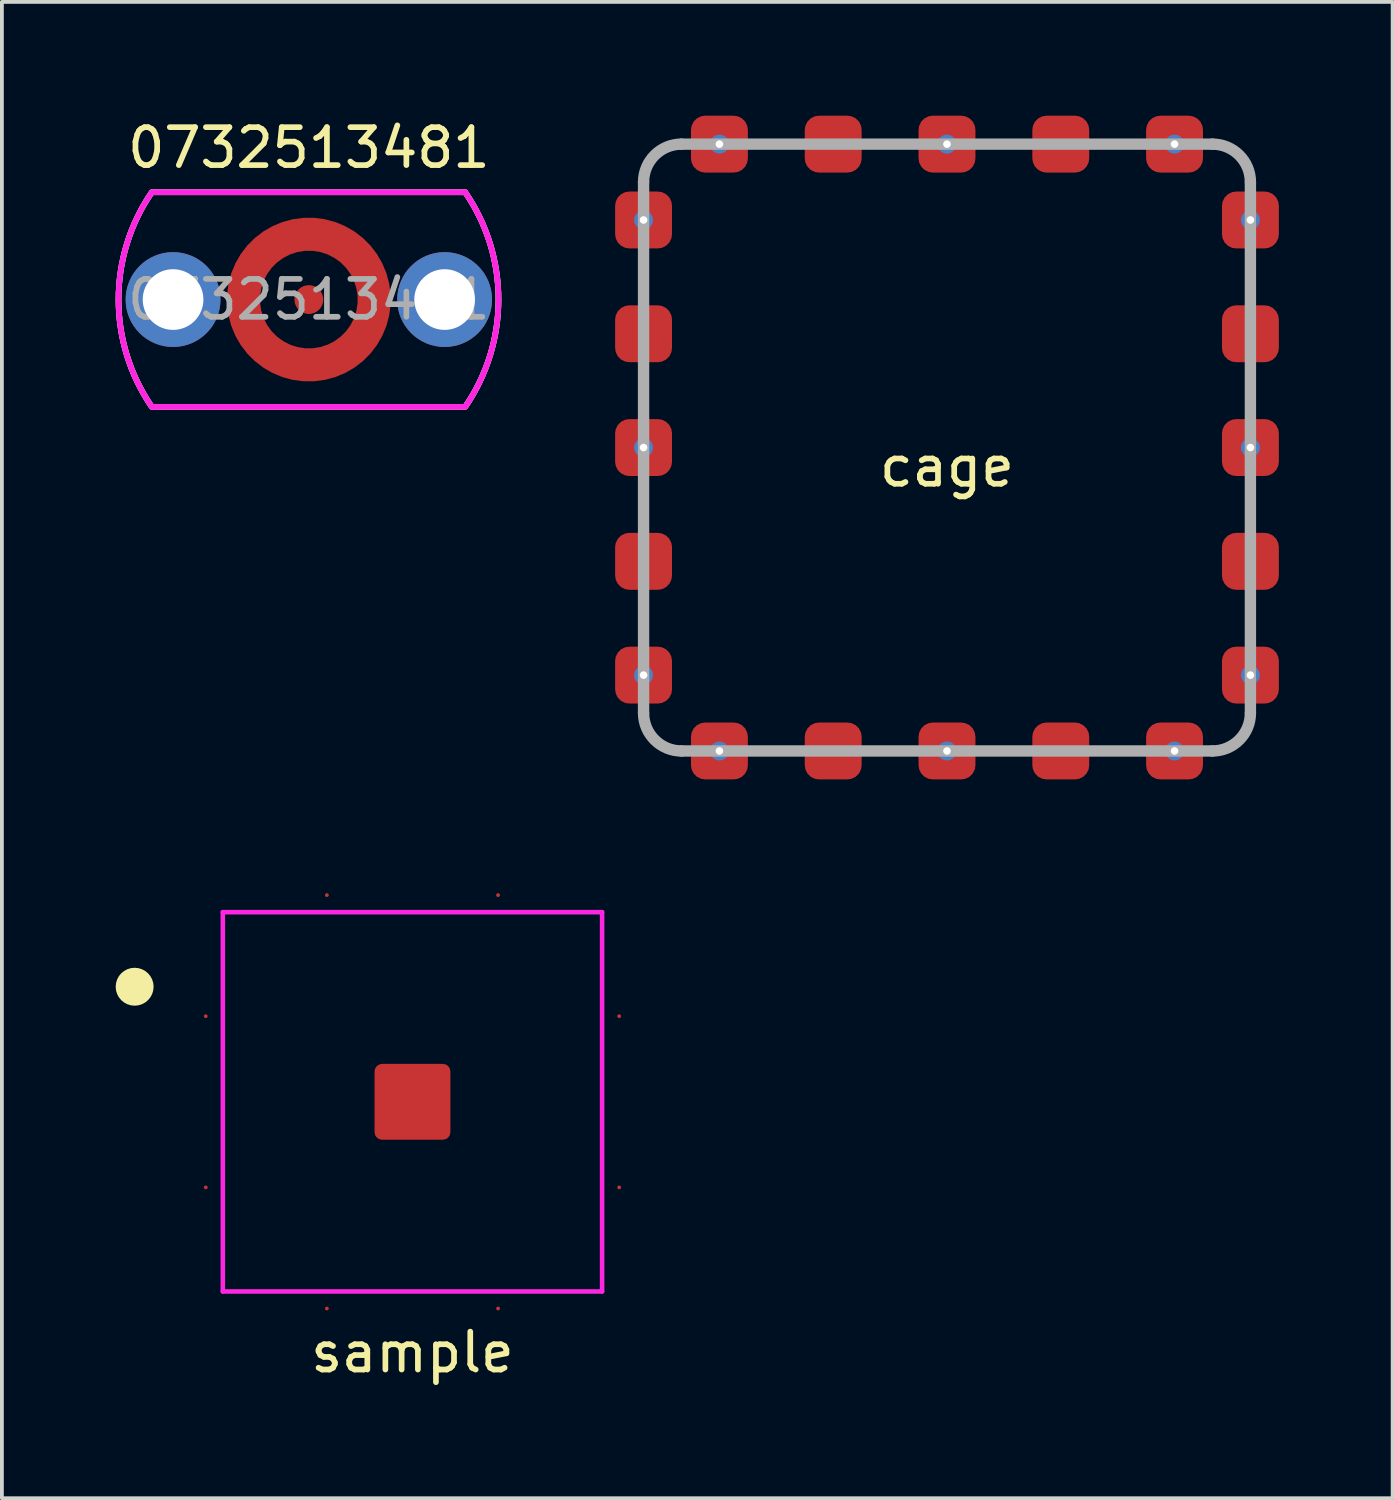
<source format=kicad_pcb>
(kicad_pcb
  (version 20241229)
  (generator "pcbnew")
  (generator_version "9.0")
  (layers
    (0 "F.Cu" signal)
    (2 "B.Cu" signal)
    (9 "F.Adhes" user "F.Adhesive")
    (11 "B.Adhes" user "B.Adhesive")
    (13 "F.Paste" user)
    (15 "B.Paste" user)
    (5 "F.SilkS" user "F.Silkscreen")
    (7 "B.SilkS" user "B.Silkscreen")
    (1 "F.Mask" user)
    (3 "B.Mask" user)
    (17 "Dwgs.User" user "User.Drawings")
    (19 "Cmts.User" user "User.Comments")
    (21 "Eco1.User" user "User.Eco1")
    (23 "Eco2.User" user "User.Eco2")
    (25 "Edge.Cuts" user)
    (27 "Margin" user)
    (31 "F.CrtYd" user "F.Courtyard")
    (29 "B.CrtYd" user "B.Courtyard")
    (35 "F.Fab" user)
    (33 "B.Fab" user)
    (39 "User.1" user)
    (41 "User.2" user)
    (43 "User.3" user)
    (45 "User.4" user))
  (footprint "sample"
    (layer "F.Cu")
    (at 7.825 26)
    (property "Reference" "sample" (at 0 6.604 0) (layer "F.SilkS") (effects (font (size 1 1) (thickness 0.15))))
    (attr through_hole)
    (fp_circle (center -7.325 -3.034) (end -7.075 -3.034) (stroke (width 0.5) (type solid)) (fill no) (layer "F.SilkS"))
    (fp_line (start -5 -5) (end 5 -5) (stroke (width 0.12) (type solid)) (layer "F.CrtYd"))
    (fp_line (start -5 5) (end -5 -5) (stroke (width 0.12) (type solid)) (layer "F.CrtYd"))
    (fp_line (start 5 -5) (end 5 5) (stroke (width 0.12) (type solid)) (layer "F.CrtYd"))
    (fp_line (start 5 5) (end -5 5) (stroke (width 0.12) (type solid)) (layer "F.CrtYd"))
    (pad "1" smd circle (at -5.45 -2.257) (size 0.1 0.1) (layers "F.Cu"))
    (pad "2" smd circle (at -5.45 2.257) (size 0.1 0.1) (layers "F.Cu"))
    (pad "3" smd circle (at -2.257 5.45) (size 0.1 0.1) (layers "F.Cu"))
    (pad "4" smd circle (at 2.257 5.45) (size 0.1 0.1) (layers "F.Cu"))
    (pad "5" smd circle (at 5.45 2.257) (size 0.1 0.1) (layers "F.Cu"))
    (pad "6" smd circle (at 5.45 -2.257) (size 0.1 0.1) (layers "F.Cu"))
    (pad "7" smd circle (at 2.257 -5.45) (size 0.1 0.1) (layers "F.Cu"))
    (pad "8" smd circle (at -2.257 -5.45) (size 0.1 0.1) (layers "F.Cu"))
    (pad "9" smd roundrect (at 0 0) (size 2 2) (layers "F.Cu" "F.Mask") (roundrect_rratio 0.1)))
  (footprint "cage"
    (layer "F.Cu")
    (at 21.918 8.75)
    (property "Reference" "cage" (at 0 0.5 0) (layer "F.SilkS") (effects (font (size 1 1) (thickness 0.15))))
    (attr through_hole)
    (fp_line (start -8 7) (end -8 -7) (stroke (width 0.3) (type solid)) (layer "F.Fab"))
    (fp_line (start -7 -8) (end 7 -8) (stroke (width 0.3) (type solid)) (layer "F.Fab"))
    (fp_line (start 7 8) (end -7 8) (stroke (width 0.3) (type solid)) (layer "F.Fab"))
    (fp_line (start 8 -7) (end 8 7) (stroke (width 0.3) (type solid)) (layer "F.Fab"))
    (fp_arc (start -8 -7) (mid -7.707107 -7.707107) (end -7 -8) (stroke (width 0.3) (type solid)) (layer "F.Fab"))
    (fp_arc (start -7 8) (mid -7.707107 7.707107) (end -8 7) (stroke (width 0.3) (type solid)) (layer "F.Fab"))
    (fp_arc (start 7 -8) (mid 7.707107 -7.707107) (end 8 -7) (stroke (width 0.3) (type solid)) (layer "F.Fab"))
    (fp_arc (start 8 7) (mid 7.707107 7.707107) (end 7 8) (stroke (width 0.3) (type solid)) (layer "F.Fab"))
    (pad "1" thru_hole circle (at -8 -6) (size 0.5 0.5) (drill 0.2) (layers "*.Cu" "*.Mask"))
    (pad "1" smd roundrect (at -8 -6) (size 1.5 1.5) (layers "F.Cu" "F.Mask" "F.Paste") (roundrect_rratio 0.25))
    (pad "1" smd roundrect (at -8 -3) (size 1.5 1.5) (layers "F.Cu" "F.Mask" "F.Paste") (roundrect_rratio 0.25))
    (pad "1" thru_hole circle (at -8 0) (size 0.5 0.5) (drill 0.2) (layers "*.Cu" "*.Mask"))
    (pad "1" smd roundrect (at -8 0) (size 1.5 1.5) (layers "F.Cu" "F.Mask" "F.Paste") (roundrect_rratio 0.25))
    (pad "1" smd roundrect (at -8 3) (size 1.5 1.5) (layers "F.Cu" "F.Mask" "F.Paste") (roundrect_rratio 0.25))
    (pad "1" thru_hole circle (at -8 6) (size 0.5 0.5) (drill 0.2) (layers "*.Cu" "*.Mask"))
    (pad "1" smd roundrect (at -8 6) (size 1.5 1.5) (layers "F.Cu" "F.Mask" "F.Paste") (roundrect_rratio 0.25))
    (pad "1" thru_hole circle (at -6 -8) (size 0.5 0.5) (drill 0.2) (layers "*.Cu" "*.Mask"))
    (pad "1" smd roundrect (at -6 -8) (size 1.5 1.5) (layers "F.Cu" "F.Mask" "F.Paste") (roundrect_rratio 0.25))
    (pad "1" thru_hole circle (at -6 8) (size 0.5 0.5) (drill 0.2) (layers "*.Cu" "*.Mask"))
    (pad "1" smd roundrect (at -6 8) (size 1.5 1.5) (layers "F.Cu" "F.Mask" "F.Paste") (roundrect_rratio 0.25))
    (pad "1" smd roundrect (at -3 -8) (size 1.5 1.5) (layers "F.Cu" "F.Mask" "F.Paste") (roundrect_rratio 0.25))
    (pad "1" smd roundrect (at -3 8) (size 1.5 1.5) (layers "F.Cu" "F.Mask" "F.Paste") (roundrect_rratio 0.25))
    (pad "1" thru_hole circle (at 0 -8) (size 0.5 0.5) (drill 0.2) (layers "*.Cu" "*.Mask"))
    (pad "1" smd roundrect (at 0 -8) (size 1.5 1.5) (layers "F.Cu" "F.Mask" "F.Paste") (roundrect_rratio 0.25))
    (pad "1" thru_hole circle (at 0 8) (size 0.5 0.5) (drill 0.2) (layers "*.Cu" "*.Mask"))
    (pad "1" smd roundrect (at 0 8) (size 1.5 1.5) (layers "F.Cu" "F.Mask" "F.Paste") (roundrect_rratio 0.25))
    (pad "1" smd roundrect (at 3 -8) (size 1.5 1.5) (layers "F.Cu" "F.Mask" "F.Paste") (roundrect_rratio 0.25))
    (pad "1" smd roundrect (at 3 8) (size 1.5 1.5) (layers "F.Cu" "F.Mask" "F.Paste") (roundrect_rratio 0.25))
    (pad "1" thru_hole circle (at 6 -8) (size 0.5 0.5) (drill 0.2) (layers "*.Cu" "*.Mask"))
    (pad "1" smd roundrect (at 6 -8) (size 1.5 1.5) (layers "F.Cu" "F.Mask" "F.Paste") (roundrect_rratio 0.25))
    (pad "1" thru_hole circle (at 6 8) (size 0.5 0.5) (drill 0.2) (layers "*.Cu" "*.Mask"))
    (pad "1" smd roundrect (at 6 8) (size 1.5 1.5) (layers "F.Cu" "F.Mask" "F.Paste") (roundrect_rratio 0.25))
    (pad "1" thru_hole circle (at 8 -6) (size 0.5 0.5) (drill 0.2) (layers "*.Cu" "*.Mask"))
    (pad "1" smd roundrect (at 8 -6) (size 1.5 1.5) (layers "F.Cu" "F.Mask" "F.Paste") (roundrect_rratio 0.25))
    (pad "1" smd roundrect (at 8 -3) (size 1.5 1.5) (layers "F.Cu" "F.Mask" "F.Paste") (roundrect_rratio 0.25))
    (pad "1" thru_hole circle (at 8 0) (size 0.5 0.5) (drill 0.2) (layers "*.Cu" "*.Mask"))
    (pad "1" smd roundrect (at 8 0) (size 1.5 1.5) (layers "F.Cu" "F.Mask" "F.Paste") (roundrect_rratio 0.25))
    (pad "1" smd roundrect (at 8 3) (size 1.5 1.5) (layers "F.Cu" "F.Mask" "F.Paste") (roundrect_rratio 0.25))
    (pad "1" thru_hole circle (at 8 6) (size 0.5 0.5) (drill 0.2) (layers "*.Cu" "*.Mask"))
    (pad "1" smd roundrect (at 8 6) (size 1.5 1.5) (layers "F.Cu" "F.Mask" "F.Paste") (roundrect_rratio 0.25)))
  (footprint "0732513481"
    (layer "F.Cu")
    (at 5.093 4.848)
    (property "Reference" "0732513481" (at 0 0 0) (layer "F.Fab") (effects (font (size 1 1) (thickness 0.15))))
    (attr through_hole)
    (fp_line (start -4.115 -2.83) (end 4.115 -2.83) (stroke (width 0.15) (type solid)) (layer "F.SilkS"))
    (fp_line (start -4.115 2.83) (end 4.089 2.83) (stroke (width 0.15) (type solid)) (layer "F.SilkS"))
    (fp_arc (start -4.142365 2.826844) (mid -5.018178 -0.001914) (end -4.1402 -2.83) (stroke (width 0.15) (type solid)) (layer "F.SilkS"))
    (fp_arc (start 4.122 -2.83) (mid 4.999978 -0.001914) (end 4.124165 2.826844) (stroke (width 0.15) (type solid)) (layer "F.SilkS"))
    (fp_line (start -4.115 -2.83) (end 4.115 -2.83) (stroke (width 0.15) (type solid)) (layer "F.CrtYd"))
    (fp_line (start -4.115 2.83) (end 4.089 2.83) (stroke (width 0.15) (type solid)) (layer "F.CrtYd"))
    (fp_arc (start -4.142365 2.826844) (mid -5.018178 -0.001914) (end -4.1402 -2.83) (stroke (width 0.15) (type solid)) (layer "F.CrtYd"))
    (fp_arc (start 4.122 -2.83) (mid 4.999978 -0.001914) (end 4.124165 2.826844) (stroke (width 0.15) (type solid)) (layer "F.CrtYd"))
    (fp_line (start -4.115 -2.83) (end 4.115 -2.83) (stroke (width 0.15) (type solid)) (layer "F.Fab"))
    (fp_line (start -4.115 2.83) (end 4.089 2.83) (stroke (width 0.15) (type solid)) (layer "F.Fab"))
    (fp_arc (start -4.142365 2.826844) (mid -5.018178 -0.001914) (end -4.1402 -2.83) (stroke (width 0.15) (type solid)) (layer "F.Fab"))
    (fp_arc (start 4.122 -2.83) (mid 4.999978 -0.001914) (end 4.124165 2.826844) (stroke (width 0.15) (type solid)) (layer "F.Fab"))
    (fp_text user "${REFERENCE}" (at 0 -4 0) (layer "F.SilkS") (effects (font (size 1 1) (thickness 0.15))))
    (pad "1" smd circle (at 0 0) (size 0.76 0.76) (layers "F.Cu" "F.Mask"))
    (pad "2" thru_hole circle (at -3.58 0) (size 2.5 2.5) (drill 1.6) (layers "*.Cu" "*.Mask"))
    (pad "2" smd custom (at 0 -1.702) (size 0.5 0.5) (layers "F.Cu" "F.Mask") (options (anchor circle)) (primitives (gr_circle (center 0 1.702) (end 1.722 1.702) (width 0.875) (fill no))))
    (pad "2" thru_hole circle (at 3.58 0) (size 2.5 2.5) (drill 1.6) (layers "*.Cu" "*.Mask")))
  (gr_rect
    (start -3 -3)
    (end 33.668 36.452)
    (stroke (width 0.1) (type default))
    (fill no)
    (layer "Edge.Cuts")))
</source>
